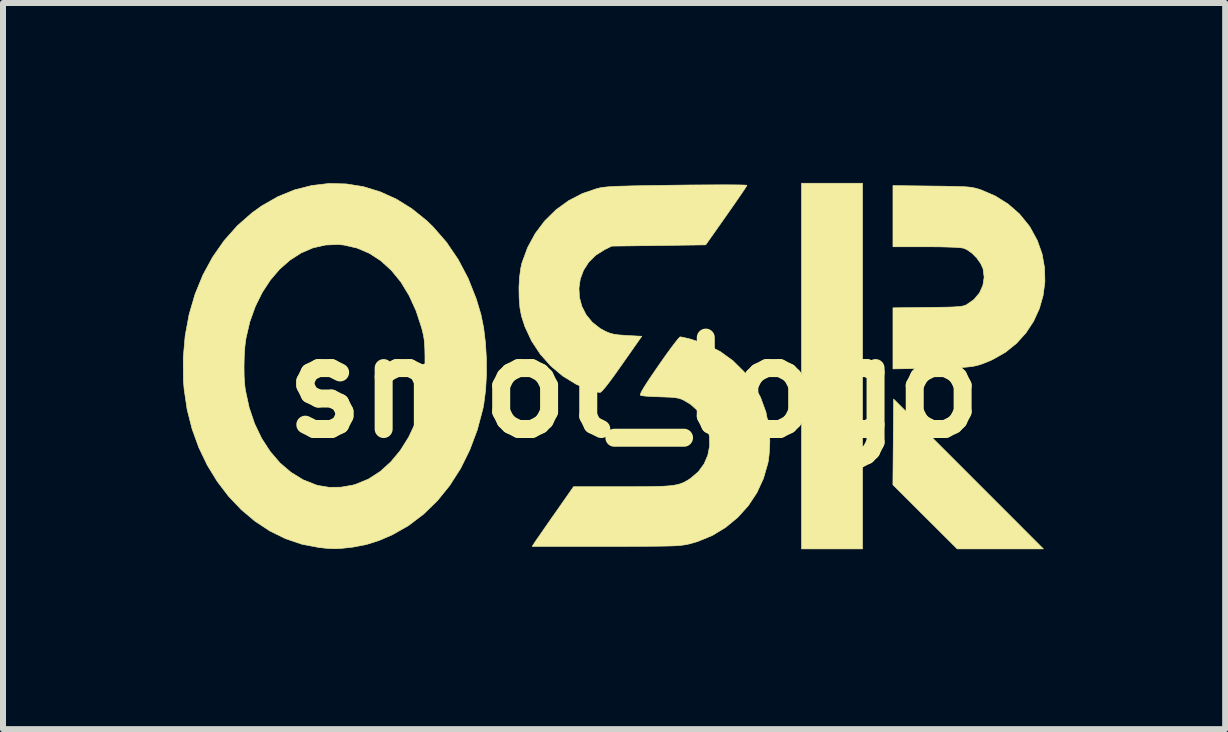
<source format=kicad_pcb>
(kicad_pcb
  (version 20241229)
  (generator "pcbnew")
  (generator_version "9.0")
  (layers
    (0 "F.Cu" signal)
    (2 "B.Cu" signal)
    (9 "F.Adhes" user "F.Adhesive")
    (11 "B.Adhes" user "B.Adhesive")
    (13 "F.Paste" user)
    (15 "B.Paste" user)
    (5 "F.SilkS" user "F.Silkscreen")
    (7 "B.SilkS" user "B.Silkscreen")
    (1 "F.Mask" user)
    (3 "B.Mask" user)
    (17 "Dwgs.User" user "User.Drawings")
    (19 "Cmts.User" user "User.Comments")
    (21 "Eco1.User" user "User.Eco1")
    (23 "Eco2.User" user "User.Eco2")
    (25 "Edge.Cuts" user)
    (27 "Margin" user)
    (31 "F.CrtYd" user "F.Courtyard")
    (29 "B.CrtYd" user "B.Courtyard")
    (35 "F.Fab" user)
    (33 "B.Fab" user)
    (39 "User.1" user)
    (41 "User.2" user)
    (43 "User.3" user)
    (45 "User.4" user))
  (footprint "smol_logo"
    (layer "F.Cu")
    (at 7.519 3.413)
    (property "Reference" "smol_logo" (at 0 0 0) (layer "F.SilkS") (effects (font (size 1.524 1.524) (thickness 0.3))))
    (attr through_hole)
    (fp_poly (pts (xy 3.81 2.688) (xy 2.794 2.688) (xy 2.794 -3.408) (xy 3.81 -3.408) (xy 3.81 2.688)) (stroke (width 0.01) (type solid)) (fill yes) (layer "F.SilkS"))
    (fp_poly (pts (xy 6.826 2.688) (xy 5.389 2.688) (xy 4.853 2.154) (xy 4.317 1.619) (xy 4.329 0.19) (xy 6.826 2.688)) (stroke (width 0.01) (type solid)) (fill yes) (layer "F.SilkS"))
    (fp_poly (pts (xy 4.969 -3.361) (xy 5.153 -3.359) (xy 5.3 -3.356) (xy 5.416 -3.353) (xy 5.506 -3.35) (xy 5.576 -3.345) (xy 5.632 -3.338) (xy 5.679 -3.329) (xy 5.722 -3.318) (xy 5.767 -3.304) (xy 5.782 -3.299) (xy 6.021 -3.197) (xy 6.237 -3.062) (xy 6.427 -2.896) (xy 6.586 -2.701) (xy 6.606 -2.671) (xy 6.724 -2.455) (xy 6.804 -2.229) (xy 6.845 -1.998) (xy 6.851 -1.766) (xy 6.821 -1.537) (xy 6.758 -1.316) (xy 6.662 -1.106) (xy 6.535 -0.913) (xy 6.378 -0.739) (xy 6.193 -0.59) (xy 5.98 -0.469) (xy 5.927 -0.445) (xy 5.853 -0.415) (xy 5.787 -0.39) (xy 5.723 -0.371) (xy 5.655 -0.356) (xy 5.578 -0.346) (xy 5.484 -0.338) (xy 5.369 -0.332) (xy 5.226 -0.328) (xy 5.05 -0.325) (xy 4.958 -0.323) (xy 4.318 -0.313) (xy 4.318 -1.331) (xy 4.895 -1.338) (xy 5.069 -1.34) (xy 5.206 -1.342) (xy 5.312 -1.345) (xy 5.391 -1.35) (xy 5.448 -1.355) (xy 5.49 -1.363) (xy 5.521 -1.372) (xy 5.546 -1.384) (xy 5.668 -1.47) (xy 5.76 -1.579) (xy 5.817 -1.705) (xy 5.838 -1.841) (xy 5.82 -1.982) (xy 5.82 -1.983) (xy 5.779 -2.072) (xy 5.714 -2.163) (xy 5.633 -2.244) (xy 5.547 -2.303) (xy 5.493 -2.326) (xy 5.444 -2.333) (xy 5.357 -2.34) (xy 5.239 -2.344) (xy 5.092 -2.348) (xy 4.924 -2.349) (xy 4.863 -2.349) (xy 4.318 -2.349) (xy 4.318 -3.369) (xy 4.969 -3.361)) (stroke (width 0.01) (type solid)) (fill yes) (layer "F.SilkS"))
    (fp_poly (pts (xy 1.643 -3.381) (xy 1.755 -3.38) (xy 1.834 -3.378) (xy 1.877 -3.375) (xy 1.883 -3.373) (xy 1.871 -3.352) (xy 1.838 -3.3) (xy 1.786 -3.224) (xy 1.719 -3.126) (xy 1.64 -3.012) (xy 1.552 -2.887) (xy 1.539 -2.868) (xy 1.196 -2.381) (xy -0.37 -2.36) (xy -0.49 -2.301) (xy -0.639 -2.207) (xy -0.755 -2.091) (xy -0.841 -1.957) (xy -0.895 -1.811) (xy -0.917 -1.659) (xy -0.909 -1.505) (xy -0.869 -1.356) (xy -0.798 -1.216) (xy -0.696 -1.091) (xy -0.564 -0.987) (xy -0.47 -0.936) (xy -0.405 -0.91) (xy -0.339 -0.892) (xy -0.258 -0.88) (xy -0.151 -0.872) (xy -0.11 -0.869) (xy 0.13 -0.857) (xy -0.196 -0.392) (xy -0.311 -0.23) (xy -0.405 -0.101) (xy -0.478 -0.007) (xy -0.53 0.053) (xy -0.56 0.078) (xy -0.563 0.079) (xy -0.605 0.075) (xy -0.669 0.06) (xy -0.72 0.045) (xy -0.962 -0.056) (xy -1.185 -0.193) (xy -1.386 -0.361) (xy -1.561 -0.558) (xy -1.707 -0.779) (xy -1.819 -1.02) (xy -1.876 -1.196) (xy -1.901 -1.331) (xy -1.914 -1.493) (xy -1.917 -1.666) (xy -1.908 -1.837) (xy -1.887 -1.992) (xy -1.867 -2.081) (xy -1.773 -2.336) (xy -1.646 -2.57) (xy -1.487 -2.781) (xy -1.3 -2.965) (xy -1.089 -3.118) (xy -0.857 -3.238) (xy -0.614 -3.32) (xy -0.576 -3.329) (xy -0.534 -3.337) (xy -0.485 -3.343) (xy -0.425 -3.349) (xy -0.35 -3.353) (xy -0.257 -3.358) (xy -0.141 -3.361) (xy 0.000318 -3.365) (xy 0.172 -3.368) (xy 0.377 -3.371) (xy 0.619 -3.375) (xy 0.714 -3.376) (xy 0.937 -3.379) (xy 1.145 -3.38) (xy 1.334 -3.381) (xy 1.501 -3.382) (xy 1.643 -3.381)) (stroke (width 0.01) (type solid)) (fill yes) (layer "F.SilkS"))
    (fp_poly (pts (xy 0.803 -0.842) (xy 0.864 -0.828) (xy 0.942 -0.81) (xy 0.954 -0.806) (xy 1.208 -0.72) (xy 1.441 -0.6) (xy 1.651 -0.448) (xy 1.834 -0.267) (xy 1.988 -0.063) (xy 2.111 0.163) (xy 2.2 0.407) (xy 2.251 0.665) (xy 2.265 0.882) (xy 2.261 0.996) (xy 2.253 1.115) (xy 2.24 1.22) (xy 2.233 1.256) (xy 2.159 1.513) (xy 2.049 1.752) (xy 1.905 1.969) (xy 1.73 2.163) (xy 1.529 2.329) (xy 1.305 2.465) (xy 1.059 2.566) (xy 0.926 2.604) (xy 0.886 2.613) (xy 0.847 2.62) (xy 0.802 2.626) (xy 0.75 2.632) (xy 0.685 2.636) (xy 0.605 2.639) (xy 0.506 2.641) (xy 0.383 2.643) (xy 0.234 2.644) (xy 0.055 2.645) (xy -0.159 2.646) (xy -0.41 2.646) (xy -0.473 2.646) (xy -1.697 2.646) (xy -1.658 2.586) (xy -1.636 2.552) (xy -1.592 2.49) (xy -1.532 2.403) (xy -1.46 2.299) (xy -1.378 2.181) (xy -1.313 2.089) (xy -1.007 1.651) (xy -0.2 1.651) (xy 0.025 1.651) (xy 0.212 1.65) (xy 0.366 1.647) (xy 0.492 1.643) (xy 0.593 1.636) (xy 0.674 1.626) (xy 0.741 1.612) (xy 0.797 1.594) (xy 0.846 1.572) (xy 0.895 1.544) (xy 0.946 1.51) (xy 1.074 1.401) (xy 1.169 1.271) (xy 1.231 1.127) (xy 1.261 0.974) (xy 1.259 0.818) (xy 1.226 0.665) (xy 1.162 0.52) (xy 1.068 0.389) (xy 0.945 0.278) (xy 0.83 0.209) (xy 0.785 0.189) (xy 0.739 0.175) (xy 0.682 0.166) (xy 0.605 0.159) (xy 0.501 0.155) (xy 0.418 0.152) (xy 0.302 0.148) (xy 0.208 0.142) (xy 0.141 0.135) (xy 0.108 0.127) (xy 0.106 0.124) (xy 0.111 0.098) (xy 0.13 0.058) (xy 0.163 0.001) (xy 0.213 -0.078) (xy 0.282 -0.182) (xy 0.372 -0.314) (xy 0.459 -0.439) (xy 0.54 -0.554) (xy 0.615 -0.657) (xy 0.679 -0.742) (xy 0.729 -0.805) (xy 0.761 -0.84) (xy 0.77 -0.847) (xy 0.803 -0.842)) (stroke (width 0.01) (type solid)) (fill yes) (layer "F.SilkS"))
    (fp_poly (pts (xy -4.799 -3.397) (xy -4.514 -3.352) (xy -4.235 -3.267) (xy -3.964 -3.145) (xy -3.704 -2.984) (xy -3.457 -2.785) (xy -3.351 -2.683) (xy -3.127 -2.426) (xy -2.931 -2.138) (xy -2.765 -1.823) (xy -2.63 -1.483) (xy -2.551 -1.219) (xy -2.506 -0.998) (xy -2.476 -0.749) (xy -2.46 -0.486) (xy -2.459 -0.22) (xy -2.473 0.035) (xy -2.503 0.269) (xy -2.518 0.349) (xy -2.612 0.704) (xy -2.737 1.037) (xy -2.89 1.347) (xy -3.071 1.63) (xy -3.277 1.885) (xy -3.508 2.109) (xy -3.76 2.3) (xy -4.027 2.452) (xy -4.247 2.547) (xy -4.458 2.614) (xy -4.679 2.657) (xy -4.752 2.666) (xy -4.867 2.678) (xy -4.96 2.684) (xy -5.046 2.683) (xy -5.143 2.676) (xy -5.247 2.665) (xy -5.533 2.611) (xy -5.808 2.518) (xy -6.071 2.389) (xy -6.318 2.226) (xy -6.548 2.032) (xy -6.759 1.81) (xy -6.948 1.562) (xy -7.114 1.291) (xy -7.254 0.999) (xy -7.366 0.69) (xy -7.449 0.365) (xy -7.499 0.027) (xy -7.511 -0.116) (xy -7.513 -0.356) (xy -6.501 -0.356) (xy -6.499 -0.187) (xy -6.488 -0.036) (xy -6.478 0.042) (xy -6.415 0.332) (xy -6.324 0.601) (xy -6.206 0.847) (xy -6.064 1.065) (xy -5.901 1.255) (xy -5.717 1.412) (xy -5.515 1.536) (xy -5.297 1.622) (xy -5.267 1.631) (xy -5.083 1.661) (xy -4.885 1.659) (xy -4.688 1.625) (xy -4.636 1.61) (xy -4.427 1.524) (xy -4.233 1.399) (xy -4.055 1.239) (xy -3.895 1.046) (xy -3.755 0.823) (xy -3.638 0.574) (xy -3.546 0.3) (xy -3.53 0.24) (xy -3.513 0.169) (xy -3.501 0.102) (xy -3.492 0.031) (xy -3.487 -0.053) (xy -3.484 -0.158) (xy -3.483 -0.293) (xy -3.484 -0.37) (xy -3.484 -0.52) (xy -3.486 -0.635) (xy -3.491 -0.726) (xy -3.497 -0.799) (xy -3.508 -0.865) (xy -3.523 -0.932) (xy -3.539 -0.996) (xy -3.632 -1.28) (xy -3.748 -1.535) (xy -3.885 -1.761) (xy -4.043 -1.954) (xy -4.219 -2.115) (xy -4.411 -2.24) (xy -4.618 -2.328) (xy -4.839 -2.378) (xy -4.932 -2.387) (xy -5.145 -2.378) (xy -5.351 -2.331) (xy -5.549 -2.246) (xy -5.735 -2.126) (xy -5.907 -1.975) (xy -6.062 -1.794) (xy -6.198 -1.586) (xy -6.313 -1.353) (xy -6.404 -1.099) (xy -6.468 -0.826) (xy -6.486 -0.69) (xy -6.497 -0.529) (xy -6.501 -0.356) (xy -7.513 -0.356) (xy -7.514 -0.496) (xy -7.482 -0.865) (xy -7.416 -1.221) (xy -7.317 -1.559) (xy -7.186 -1.879) (xy -7.024 -2.177) (xy -6.833 -2.451) (xy -6.614 -2.698) (xy -6.368 -2.914) (xy -6.205 -3.031) (xy -5.935 -3.185) (xy -5.657 -3.298) (xy -5.373 -3.37) (xy -5.086 -3.404) (xy -4.799 -3.397)) (stroke (width 0.01) (type solid)) (fill yes) (layer "F.SilkS")))
  (gr_rect
    (start -3 -3)
    (end 17.375 9.106)
    (stroke (width 0.1) (type default))
    (fill no)
    (layer "Edge.Cuts")))
</source>
